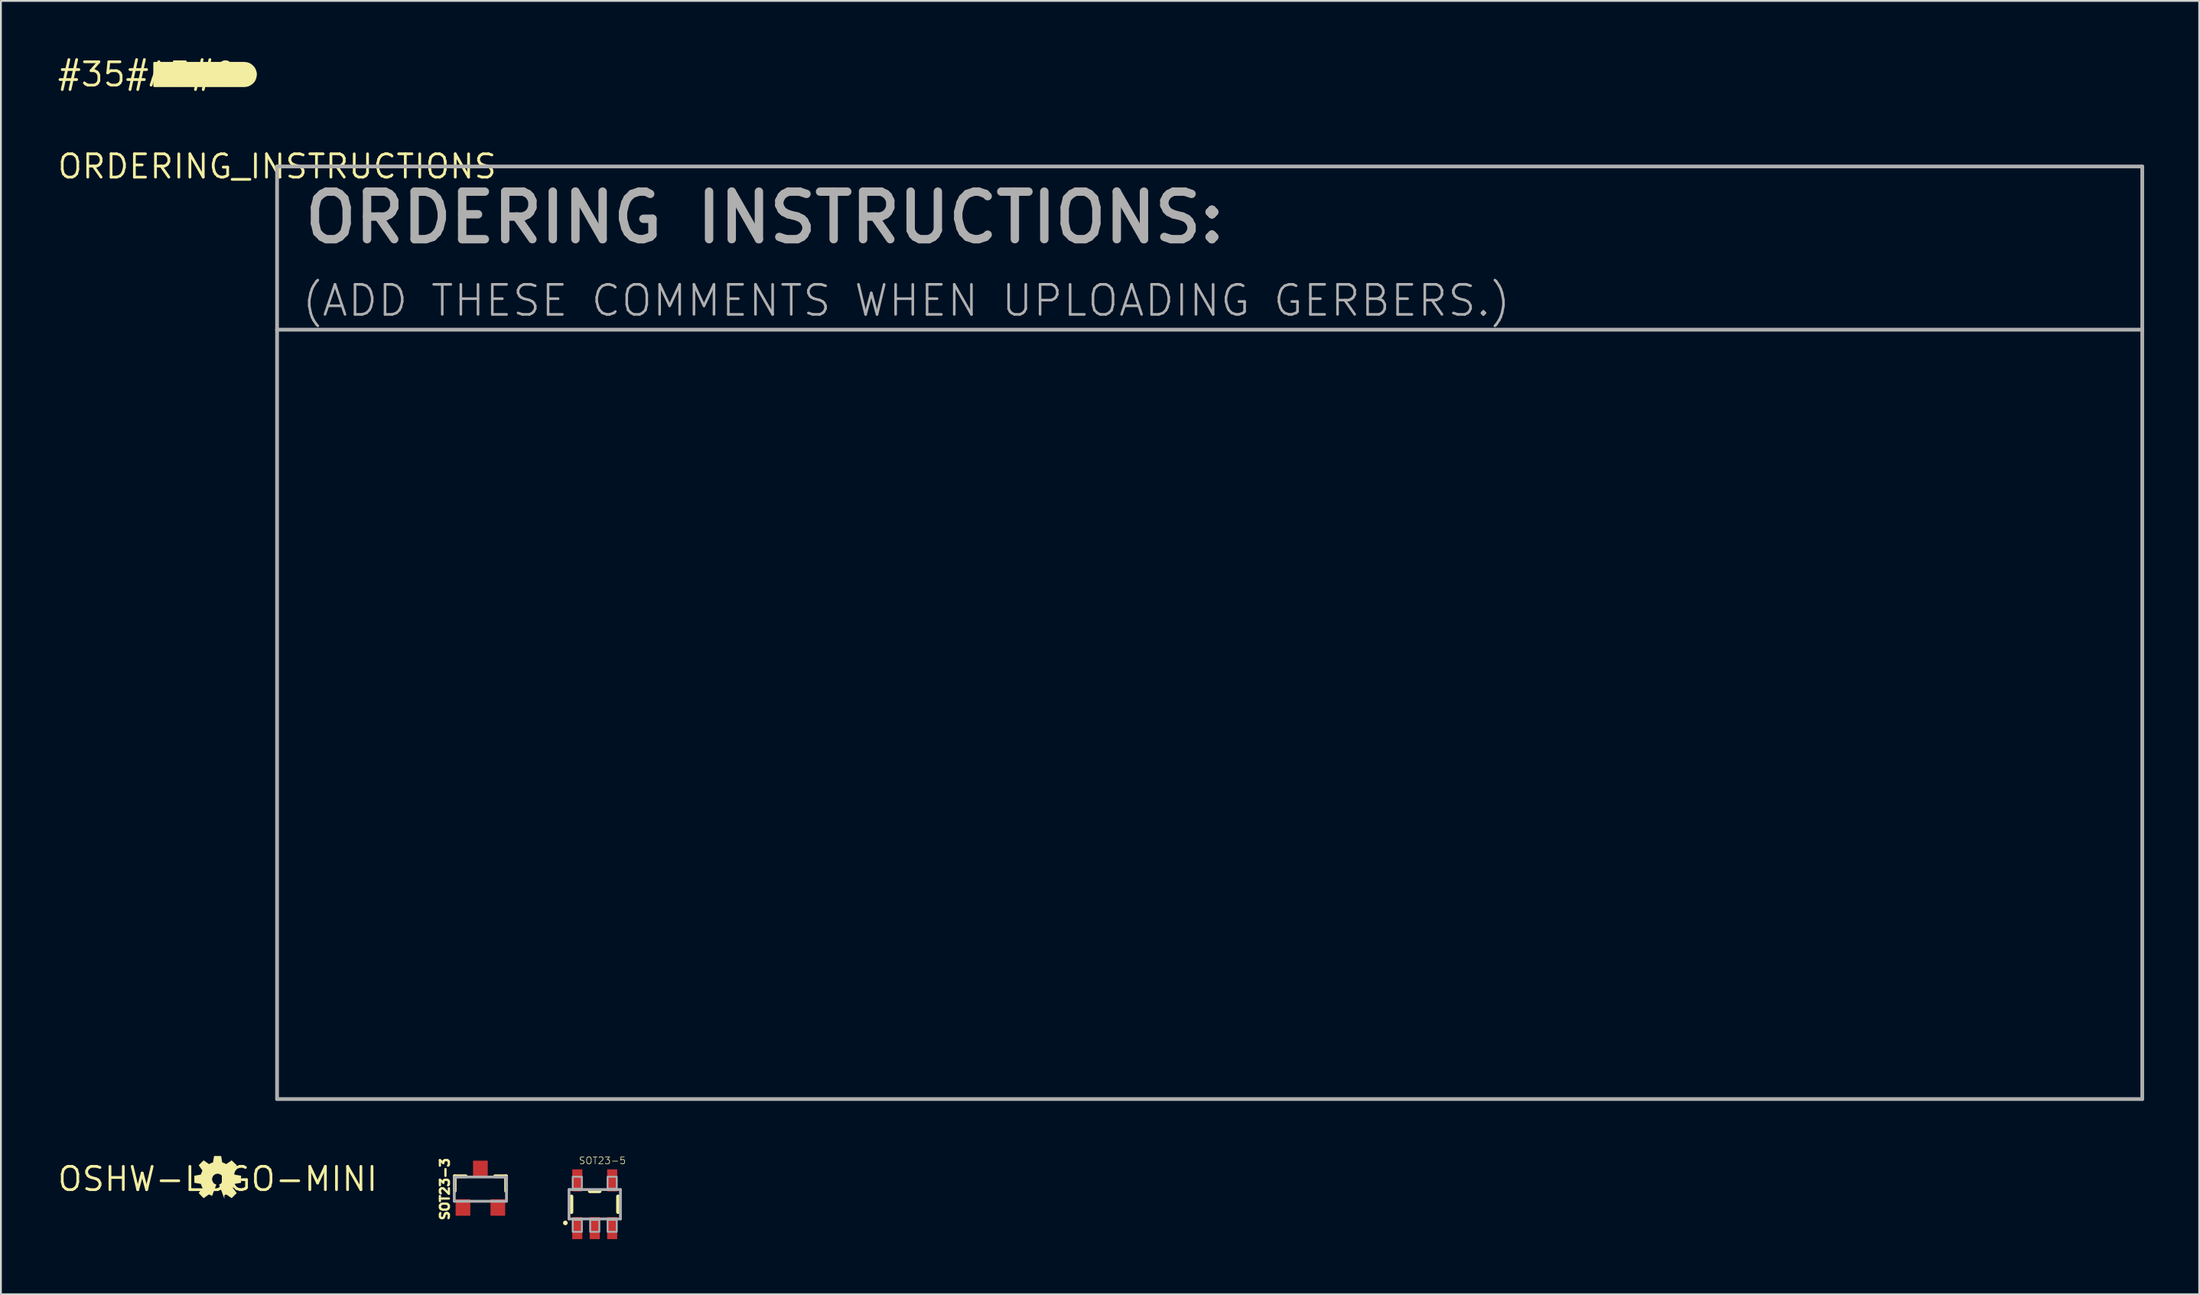
<source format=kicad_pcb>
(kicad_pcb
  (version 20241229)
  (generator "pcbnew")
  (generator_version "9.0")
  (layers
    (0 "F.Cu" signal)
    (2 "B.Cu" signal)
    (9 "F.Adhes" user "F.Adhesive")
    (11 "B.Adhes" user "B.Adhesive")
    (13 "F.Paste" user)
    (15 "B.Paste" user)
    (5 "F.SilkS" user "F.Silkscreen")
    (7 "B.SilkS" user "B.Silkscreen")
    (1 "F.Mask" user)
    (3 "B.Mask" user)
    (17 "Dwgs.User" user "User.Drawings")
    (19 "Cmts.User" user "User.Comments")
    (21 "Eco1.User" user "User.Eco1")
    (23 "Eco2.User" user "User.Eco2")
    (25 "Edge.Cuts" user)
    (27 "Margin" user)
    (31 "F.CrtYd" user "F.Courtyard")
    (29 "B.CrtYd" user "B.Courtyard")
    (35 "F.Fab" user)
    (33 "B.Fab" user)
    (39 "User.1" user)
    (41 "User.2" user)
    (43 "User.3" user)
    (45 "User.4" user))
  (footprint "SOT23-5"
    (layer "F.Cu")
    (at 29.346 62.551)
    (property "Reference" "SOT23-5" (at -0.889 -2.159 0) (layer "F.SilkS") (effects (font (size 0.374 0.374) (thickness 0.033)) (justify left bottom)))
    (fp_line (start -1.27 0.429) (end -1.27 -0.429) (stroke (width 0.203) (type solid)) (layer "F.SilkS"))
    (fp_line (start -0.268 -0.709) (end 0.268 -0.709) (stroke (width 0.203) (type solid)) (layer "F.SilkS"))
    (fp_line (start 1.27 -0.429) (end 1.27 0.429) (stroke (width 0.203) (type solid)) (layer "F.SilkS"))
    (fp_circle (center -1.6 1.016) (end -1.537 1.016) (stroke (width 0.127) (type solid)) (fill yes) (layer "F.SilkS"))
    (fp_line (start -1.4 -0.8) (end -1.4 0.8) (stroke (width 0.152) (type solid)) (layer "F.Fab"))
    (fp_line (start -1.4 -0.8) (end 1.4 -0.8) (stroke (width 0.152) (type solid)) (layer "F.Fab"))
    (fp_line (start 1.4 -0.8) (end 1.4 0.8) (stroke (width 0.152) (type solid)) (layer "F.Fab"))
    (fp_line (start 1.4 0.8) (end -1.4 0.8) (stroke (width 0.152) (type solid)) (layer "F.Fab"))
    (fp_poly (pts (xy -1.2 -0.85) (xy -0.7 -0.85) (xy -0.7 -1.5) (xy -1.2 -1.5)) (stroke (width 0.1) (type solid)) (fill no) (layer "F.Fab"))
    (fp_poly (pts (xy -1.2 1.5) (xy -0.7 1.5) (xy -0.7 0.85) (xy -1.2 0.85)) (stroke (width 0.1) (type solid)) (fill no) (layer "F.Fab"))
    (fp_poly (pts (xy -0.25 1.5) (xy 0.25 1.5) (xy 0.25 0.85) (xy -0.25 0.85)) (stroke (width 0.1) (type solid)) (fill no) (layer "F.Fab"))
    (fp_poly (pts (xy 0.7 -0.85) (xy 1.2 -0.85) (xy 1.2 -1.5) (xy 0.7 -1.5)) (stroke (width 0.1) (type solid)) (fill no) (layer "F.Fab"))
    (fp_poly (pts (xy 0.7 1.5) (xy 1.2 1.5) (xy 1.2 0.85) (xy 0.7 0.85)) (stroke (width 0.1) (type solid)) (fill no) (layer "F.Fab"))
    (pad "1" smd rect (at -0.95 1.3) (size 0.55 1.2) (layers "F.Cu" "F.Mask" "F.Paste"))
    (pad "2" smd rect (at 0 1.3) (size 0.55 1.2) (layers "F.Cu" "F.Mask" "F.Paste"))
    (pad "3" smd rect (at 0.95 1.3) (size 0.55 1.2) (layers "F.Cu" "F.Mask" "F.Paste"))
    (pad "4" smd rect (at 0.95 -1.3) (size 0.55 1.2) (layers "F.Cu" "F.Mask" "F.Paste"))
    (pad "5" smd rect (at -0.95 -1.3) (size 0.55 1.2) (layers "F.Cu" "F.Mask" "F.Paste")))
  (footprint "ORDERING_INSTRUCTIONS"
    (layer "F.Cu")
    (at 12.042 6.019)
    (property "Reference" "ORDERING_INSTRUCTIONS" (at 0 0 0) (layer "F.SilkS") (effects (font (size 1.27 1.27) (thickness 0.15))))
    (fp_line (start 0 0) (end 101.6 0) (stroke (width 0.203) (type solid)) (layer "F.Fab"))
    (fp_line (start 0 8.89) (end 0 0) (stroke (width 0.203) (type solid)) (layer "F.Fab"))
    (fp_line (start 0 8.89) (end 101.6 8.89) (stroke (width 0.203) (type solid)) (layer "F.Fab"))
    (fp_line (start 0 50.8) (end 0 8.89) (stroke (width 0.203) (type solid)) (layer "F.Fab"))
    (fp_line (start 101.6 0) (end 101.6 8.89) (stroke (width 0.203) (type solid)) (layer "F.Fab"))
    (fp_line (start 101.6 8.89) (end 101.6 50.8) (stroke (width 0.203) (type solid)) (layer "F.Fab"))
    (fp_line (start 101.6 50.8) (end 0 50.8) (stroke (width 0.203) (type solid)) (layer "F.Fab"))
    (fp_text user "(ADD THESE COMMENTS WHEN UPLOADING GERBERS.)" (at 1.27 6.35 0) (layer "F.Fab") (effects (font (size 1.636 1.636) (thickness 0.142)) (justify left top)))
    (fp_text user "ORDERING INSTRUCTIONS:" (at 1.27 1.27 0) (layer "F.Fab") (effects (font (size 2.591 2.591) (thickness 0.457)) (justify left top))))
  (footprint "OSHW-LOGO-MINI"
    (layer "F.Cu")
    (at 8.807 61.176)
    (property "Reference" "OSHW-LOGO-MINI" (at 0 0 0) (layer "F.SilkS") (effects (font (size 1.27 1.27) (thickness 0.15))))
    (fp_poly (pts (xy 0.249 -0.904) (xy 0.266 -0.895) (xy 0.276 -0.895) (xy 0.296 -0.885) (xy 0.306 -0.885) (xy 0.326 -0.875) (xy 0.352 -0.875) (xy 0.369 -0.859) (xy 0.376 -0.855) (xy 0.386 -0.855) (xy 0.419 -0.839) (xy 0.429 -0.829) (xy 0.436 -0.825) (xy 0.446 -0.825) (xy 0.468 -0.814) (xy 0.761 -1.016) (xy 1.037 -0.752) (xy 0.824 -0.458) (xy 0.828 -0.45) (xy 0.845 -0.433) (xy 0.845 -0.413) (xy 0.848 -0.41) (xy 0.858 -0.39) (xy 0.875 -0.373) (xy 0.875 -0.353) (xy 0.885 -0.343) (xy 0.885 -0.316) (xy 0.888 -0.31) (xy 0.905 -0.293) (xy 0.905 -0.273) (xy 0.915 -0.263) (xy 0.915 -0.24) (xy 1.275 -0.18) (xy 1.275 0.205) (xy 0.915 0.266) (xy 0.915 0.272) (xy 0.905 0.292) (xy 0.905 0.302) (xy 0.895 0.322) (xy 0.895 0.332) (xy 0.875 0.372) (xy 0.875 0.382) (xy 0.858 0.415) (xy 0.848 0.425) (xy 0.845 0.432) (xy 0.845 0.442) (xy 0.828 0.475) (xy 0.822 0.48) (xy 1.037 0.766) (xy 0.761 1.042) (xy 0.465 0.838) (xy 0.452 0.851) (xy 0.442 0.851) (xy 0.432 0.861) (xy 0.412 0.861) (xy 0.402 0.871) (xy 0.392 0.871) (xy 0.382 0.881) (xy 0.372 0.881) (xy 0.365 0.888) (xy 0.365 1.075) (xy 0.079 0.304) (xy 0.164 0.261) (xy 0.184 0.241) (xy 0.204 0.231) (xy 0.235 0.2) (xy 0.245 0.18) (xy 0.265 0.16) (xy 0.271 0.148) (xy 0.281 0.118) (xy 0.289 0.104) (xy 0.289 0.086) (xy 0.299 0.056) (xy 0.299 -0.021) (xy 0.289 -0.051) (xy 0.289 -0.076) (xy 0.272 -0.101) (xy 0.262 -0.131) (xy 0.227 -0.183) (xy 0.192 -0.218) (xy 0.14 -0.253) (xy 0.11 -0.263) (xy 0.085 -0.279) (xy 0.06 -0.279) (xy 0.03 -0.289) (xy -0.029 -0.289) (xy -0.069 -0.279) (xy -0.092 -0.279) (xy -0.117 -0.263) (xy -0.147 -0.253) (xy -0.169 -0.238) (xy -0.189 -0.218) (xy -0.219 -0.198) (xy -0.234 -0.183) (xy -0.269 -0.131) (xy -0.305 -0.021) (xy -0.305 0.026) (xy -0.295 0.056) (xy -0.295 0.084) (xy -0.278 0.118) (xy -0.268 0.148) (xy -0.252 0.18) (xy -0.232 0.2) (xy -0.222 0.22) (xy -0.211 0.231) (xy -0.191 0.241) (xy -0.171 0.261) (xy -0.139 0.277) (xy -0.074 0.299) (xy -0.308 0.931) (xy -0.349 0.891) (xy -0.369 0.891) (xy -0.379 0.881) (xy -0.389 0.881) (xy -0.399 0.871) (xy -0.409 0.871) (xy -0.419 0.861) (xy -0.429 0.861) (xy -0.439 0.851) (xy -0.449 0.851) (xy -0.459 0.841) (xy -0.469 0.841) (xy -0.472 0.838) (xy -0.768 1.042) (xy -1.033 0.766) (xy -0.828 0.479) (xy -0.831 0.472) (xy -0.831 0.462) (xy -0.835 0.455) (xy -0.845 0.445) (xy -0.855 0.425) (xy -0.871 0.408) (xy -0.871 0.388) (xy -0.881 0.378) (xy -0.881 0.352) (xy -0.885 0.345) (xy -0.901 0.328) (xy -0.901 0.308) (xy -0.911 0.298) (xy -0.911 0.272) (xy -0.914 0.266) (xy -1.271 0.205) (xy -1.271 -0.179) (xy -0.92 -0.24) (xy -0.911 -0.256) (xy -0.911 -0.266) (xy -0.901 -0.286) (xy -0.901 -0.296) (xy -0.881 -0.336) (xy -0.881 -0.346) (xy -0.865 -0.38) (xy -0.861 -0.383) (xy -0.861 -0.403) (xy -0.845 -0.42) (xy -0.835 -0.44) (xy -0.831 -0.443) (xy -0.831 -0.46) (xy -1.033 -0.752) (xy -0.768 -1.017) (xy -0.472 -0.813) (xy -0.459 -0.825) (xy -0.439 -0.825) (xy -0.436 -0.829) (xy -0.416 -0.839) (xy -0.399 -0.855) (xy -0.379 -0.855) (xy -0.376 -0.859) (xy -0.342 -0.875) (xy -0.332 -0.875) (xy -0.312 -0.885) (xy -0.299 -0.885) (xy -0.289 -0.895) (xy -0.262 -0.895) (xy -0.257 -0.898) (xy -0.195 -1.255) (xy 0.189 -1.255)) (stroke (width 0) (type solid)) (fill yes) (layer "F.SilkS")))
  (footprint "#35#A5#0"
    (layer "F.Cu")
    (at 4.966 1.006)
    (property "Reference" "#35#A5#0" (at 0 0 0) (layer "F.SilkS") (effects (font (size 1.27 1.27) (thickness 0.15))))
    (fp_poly (pts (xy 5.361 -0.675) (xy 5.421 -0.665) (xy 5.492 -0.655) (xy 5.552 -0.625) (xy 5.612 -0.605) (xy 5.673 -0.564) (xy 5.723 -0.524) (xy 5.774 -0.474) (xy 5.824 -0.423) (xy 5.864 -0.373) (xy 5.925 -0.252) (xy 5.945 -0.181) (xy 5.965 -0.121) (xy 5.975 -0.05) (xy 5.975 0.02) (xy 5.965 0.091) (xy 5.955 0.151) (xy 5.935 0.221) (xy 5.915 0.282) (xy 5.884 0.343) (xy 5.844 0.403) (xy 5.804 0.453) (xy 5.753 0.504) (xy 5.703 0.544) (xy 5.643 0.584) (xy 5.522 0.645) (xy 5.451 0.665) (xy 5.391 0.675) (xy 5.32 0.685) (xy 0.367 0.685) (xy 0.335 0.642) (xy 0.335 -0.652) (xy 0.378 -0.685) (xy 5.29 -0.685)) (stroke (width 0) (type solid)) (fill yes) (layer "F.SilkS")))
  (footprint "SOT23-3"
    (layer "F.Cu")
    (at 23.118 61.726)
    (property "Reference" "SOT23-3" (at -1.651 0 90) (layer "F.SilkS") (effects (font (size 0.488 0.488) (thickness 0.122)) (justify bottom)))
    (fp_line (start -1.4 -0.7) (end -1.4 0.1) (stroke (width 0.203) (type solid)) (layer "F.SilkS"))
    (fp_line (start -0.8 -0.7) (end -1.4 -0.7) (stroke (width 0.203) (type solid)) (layer "F.SilkS"))
    (fp_line (start 0.8 -0.7) (end 1.4 -0.7) (stroke (width 0.203) (type solid)) (layer "F.SilkS"))
    (fp_line (start 1.4 -0.7) (end 1.4 0.1) (stroke (width 0.203) (type solid)) (layer "F.SilkS"))
    (fp_line (start -1.422 -0.66) (end 1.422 -0.66) (stroke (width 0.152) (type solid)) (layer "F.Fab"))
    (fp_line (start -1.422 0.66) (end -1.422 -0.66) (stroke (width 0.152) (type solid)) (layer "F.Fab"))
    (fp_line (start 1.422 -0.66) (end 1.422 0.66) (stroke (width 0.152) (type solid)) (layer "F.Fab"))
    (fp_line (start 1.422 0.66) (end -1.422 0.66) (stroke (width 0.152) (type solid)) (layer "F.Fab"))
    (pad "1" smd rect (at -0.95 1) (size 0.8 0.9) (layers "F.Cu" "F.Mask" "F.Paste"))
    (pad "2" smd rect (at 0.95 1) (size 0.8 0.9) (layers "F.Cu" "F.Mask" "F.Paste"))
    (pad "3" smd rect (at 0 -1.1) (size 0.8 0.9) (layers "F.Cu" "F.Mask" "F.Paste")))
  (gr_rect
    (start -3 -3)
    (end 116.744 67.451)
    (stroke (width 0.1) (type default))
    (fill no)
    (layer "Edge.Cuts")))
</source>
